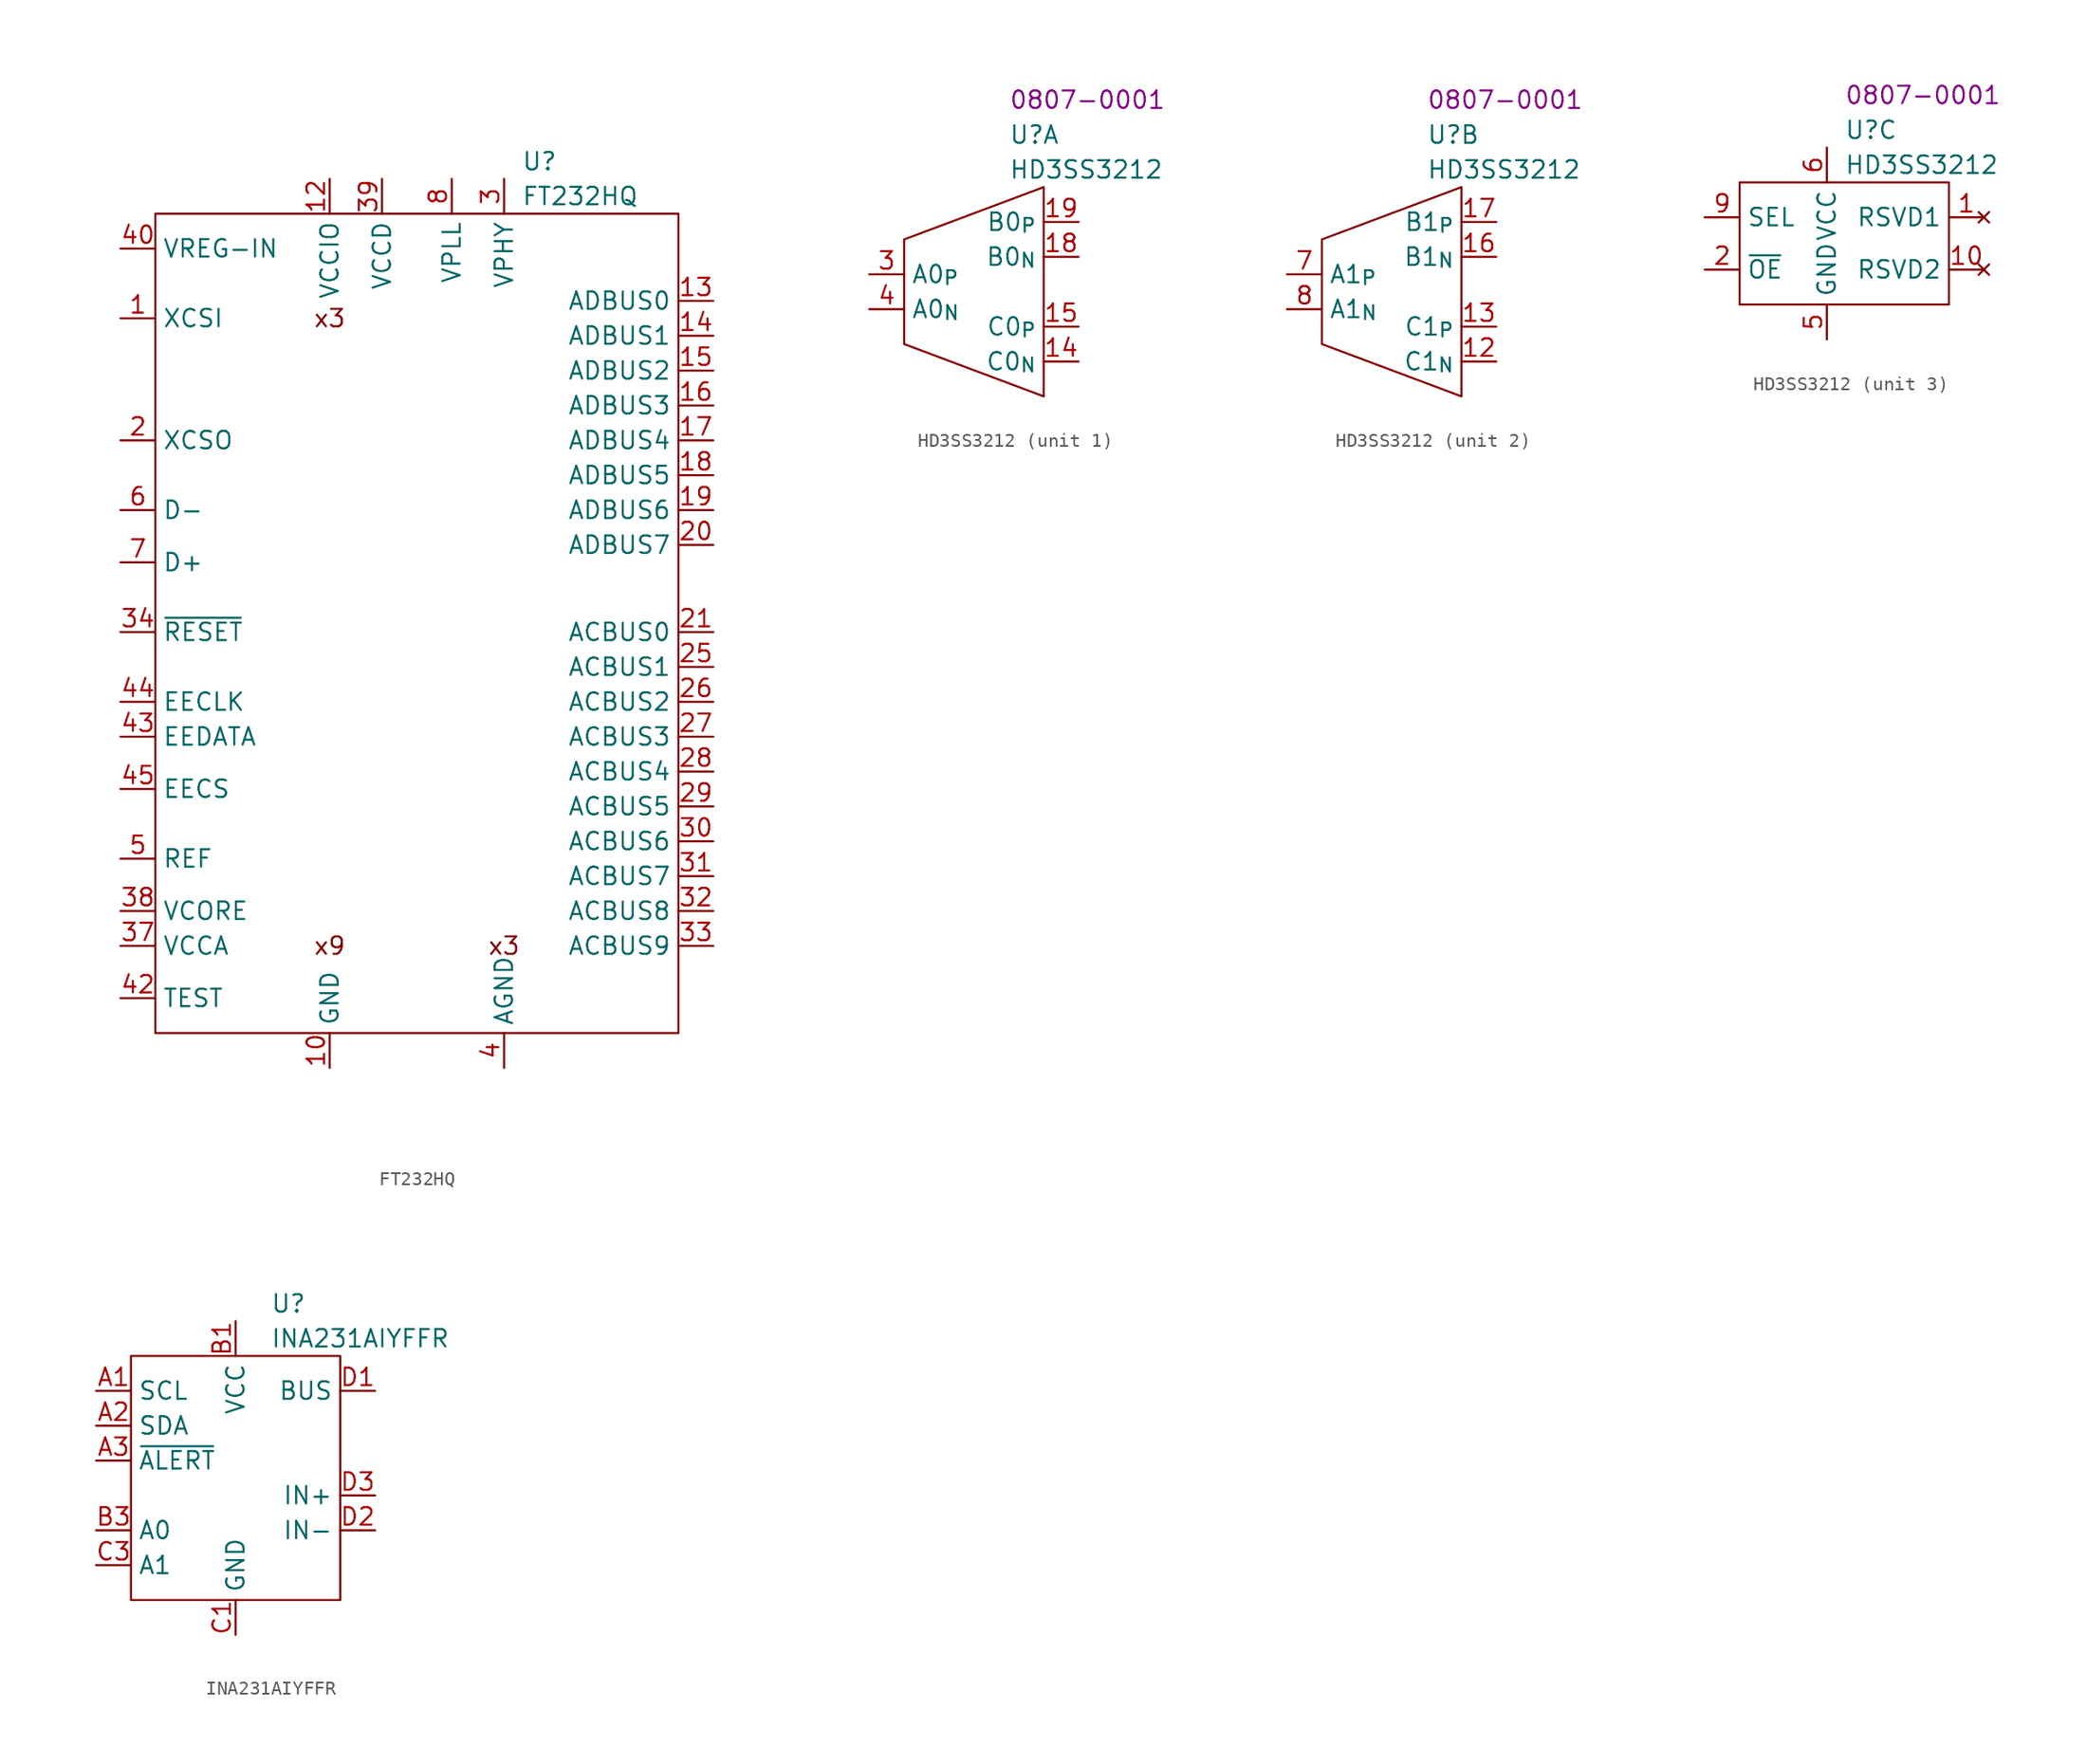
<source format=kicad_sym>
(kicad_symbol_lib
  (version 20220914)
  (generator kicad_symbol_editor)
  (symbol "FT232HQ"
    (property "Reference" "U"
      (at 26.67 3.81 0)
      (effects (font (size 1.27 1.27)) (justify left)))
    (property "Value" "FT232HQ"
      (at 26.67 1.27 0)
      (effects (font (size 1.27 1.27)) (justify left)))
    (symbol "FT232HQ_0_0"
      (pin input line (at -2.54 -7.62 0) (length 2.54) (name "XCSI" (effects (font (size 1.27 1.27)))) (number "1" (effects (font (size 1.27 1.27)))))
      (pin power_in line (at 12.7 -62.23 90) (length 2.54) (name "GND" (effects (font (size 1.27 1.27)))) (number "10" (effects (font (size 1.27 1.27)))))
      (pin power_in line (at 12.7 -62.23 90) (length 2.54) hide (name "GND" (effects (font (size 1.27 1.27)))) (number "11" (effects (font (size 1.27 1.27)))))
      (pin power_in line (at 12.7 2.54 270) (length 2.54) (name "VCCIO" (effects (font (size 1.27 1.27)))) (number "12" (effects (font (size 1.27 1.27)))))
      (pin bidirectional line (at 40.64 -6.35 180) (length 2.54) (name "ADBUS0" (effects (font (size 1.27 1.27)))) (number "13" (effects (font (size 1.27 1.27)))) (alternate "D0" bidirectional line) (alternate "FSDI" bidirectional line) (alternate "MIOSI0" bidirectional line) (alternate "TCK/SK" bidirectional line) (alternate "TXD" bidirectional line))
      (pin bidirectional line (at 40.64 -8.89 180) (length 2.54) (name "ADBUS1" (effects (font (size 1.27 1.27)))) (number "14" (effects (font (size 1.27 1.27)))) (alternate "D1" bidirectional line) (alternate "FSCLK" bidirectional line) (alternate "MIOSI1" bidirectional line) (alternate "RXD" bidirectional line) (alternate "TDI/DO" bidirectional line))
      (pin bidirectional line (at 40.64 -11.43 180) (length 2.54) (name "ADBUS2" (effects (font (size 1.27 1.27)))) (number "15" (effects (font (size 1.27 1.27)))) (alternate "D2" bidirectional line) (alternate "FSDO" bidirectional line) (alternate "MIOSI2" bidirectional line) (alternate "TDO/DI" bidirectional line) (alternate "~{RTS}" bidirectional line))
      (pin bidirectional line (at 40.64 -13.97 180) (length 2.54) (name "ADBUS3" (effects (font (size 1.27 1.27)))) (number "16" (effects (font (size 1.27 1.27)))) (alternate "D3" bidirectional line) (alternate "FSCTS" bidirectional line) (alternate "MIOSI3" bidirectional line) (alternate "TMS/CS" bidirectional line) (alternate "~{CTS}" bidirectional line))
      (pin bidirectional line (at 40.64 -16.51 180) (length 2.54) (name "ADBUS4" (effects (font (size 1.27 1.27)))) (number "17" (effects (font (size 1.27 1.27)))) (alternate "D4" bidirectional line) (alternate "GPIOL0" bidirectional line) (alternate "MIOSI4" bidirectional line) (alternate "~{DTR}" bidirectional line))
      (pin bidirectional line (at 40.64 -19.05 180) (length 2.54) (name "ADBUS5" (effects (font (size 1.27 1.27)))) (number "18" (effects (font (size 1.27 1.27)))) (alternate "D5" bidirectional line) (alternate "GPIOL1" bidirectional line) (alternate "MIOSI5" bidirectional line) (alternate "~{DSR}" bidirectional line))
      (pin bidirectional line (at 40.64 -21.59 180) (length 2.54) (name "ADBUS6" (effects (font (size 1.27 1.27)))) (number "19" (effects (font (size 1.27 1.27)))) (alternate "D6" bidirectional line) (alternate "GPIOL2" bidirectional line) (alternate "MIOSI6" bidirectional line) (alternate "~{DCD}" bidirectional line))
      (pin output line (at -2.54 -16.51 0) (length 2.54) (name "XCSO" (effects (font (size 1.27 1.27)))) (number "2" (effects (font (size 1.27 1.27)))))
      (pin bidirectional line (at 40.64 -24.13 180) (length 2.54) (name "ADBUS7" (effects (font (size 1.27 1.27)))) (number "20" (effects (font (size 1.27 1.27)))) (alternate "D7" bidirectional line) (alternate "GPIOL3" bidirectional line) (alternate "MIOSI7" bidirectional line) (alternate "~[RI}" bidirectional line))
      (pin bidirectional line (at 40.64 -30.48 180) (length 2.54) (name "ACBUS0" (effects (font (size 1.27 1.27)))) (number "21" (effects (font (size 1.27 1.27)))) (alternate "GPIOH0" bidirectional line) (alternate "SCLK" bidirectional line) (alternate "TXDEN" bidirectional line) (alternate "~{CS}" bidirectional line) (alternate "~{RXF}" bidirectional line))
      (pin power_in line (at 12.7 -62.23 90) (length 2.54) hide (name "GND" (effects (font (size 1.27 1.27)))) (number "22" (effects (font (size 1.27 1.27)))))
      (pin power_in line (at 12.7 -62.23 90) (length 2.54) hide (name "GND" (effects (font (size 1.27 1.27)))) (number "23" (effects (font (size 1.27 1.27)))))
      (pin power_in line (at 12.7 2.54 270) (length 2.54) hide (name "VCCIO" (effects (font (size 1.27 1.27)))) (number "24" (effects (font (size 1.27 1.27)))))
      (pin bidirectional line (at 40.64 -33.02 180) (length 2.54) (name "ACBUS1" (effects (font (size 1.27 1.27)))) (number "25" (effects (font (size 1.27 1.27)))) (alternate "A0" bidirectional line) (alternate "GPIOH1" bidirectional line) (alternate "~{SS}" bidirectional line) (alternate "~{TXE}" bidirectional line) (alternate "~{WRSTB}" bidirectional line))
      (pin bidirectional line (at 40.64 -35.56 180) (length 2.54) (name "ACBUS2" (effects (font (size 1.27 1.27)))) (number "26" (effects (font (size 1.27 1.27)))) (alternate "GPIOH2" bidirectional line) (alternate "MISO" bidirectional line) (alternate "~{RDSTB}" bidirectional line) (alternate "~{RD}" bidirectional line))
      (pin bidirectional line (at 40.64 -38.1 180) (length 2.54) (name "ACBUS3" (effects (font (size 1.27 1.27)))) (number "27" (effects (font (size 1.27 1.27)))) (alternate "GPIOH3" bidirectional line) (alternate "~{RXLED}" bidirectional line) (alternate "~{WR}" bidirectional line))
      (pin bidirectional line (at 40.64 -40.64 180) (length 2.54) (name "ACBUS4" (effects (font (size 1.27 1.27)))) (number "28" (effects (font (size 1.27 1.27)))) (alternate "GPIOH4" bidirectional line) (alternate "~{SIWU}" bidirectional line) (alternate "~{TXLED}" bidirectional line))
      (pin bidirectional line (at 40.64 -43.18 180) (length 2.54) (name "ACBUS5" (effects (font (size 1.27 1.27)))) (number "29" (effects (font (size 1.27 1.27)))) (alternate "CLKOUT" bidirectional line))
      (pin power_in line (at 25.4 2.54 270) (length 2.54) (name "VPHY" (effects (font (size 1.27 1.27)))) (number "3" (effects (font (size 1.27 1.27)))))
      (pin bidirectional line (at 40.64 -45.72 180) (length 2.54) (name "ACBUS6" (effects (font (size 1.27 1.27)))) (number "30" (effects (font (size 1.27 1.27)))) (alternate "GPIOH6" bidirectional line) (alternate "~{OE}" bidirectional line))
      (pin bidirectional line (at 40.64 -48.26 180) (length 2.54) (name "ACBUS7" (effects (font (size 1.27 1.27)))) (number "31" (effects (font (size 1.27 1.27)))) (alternate "GPIOH7" bidirectional line) (alternate "~{PWRSAV}" bidirectional line) (alternate "~{WRSAV}" bidirectional line))
      (pin bidirectional line (at 40.64 -50.8 180) (length 2.54) (name "ACBUS8" (effects (font (size 1.27 1.27)))) (number "32" (effects (font (size 1.27 1.27)))))
      (pin bidirectional line (at 40.64 -53.34 180) (length 2.54) (name "ACBUS9" (effects (font (size 1.27 1.27)))) (number "33" (effects (font (size 1.27 1.27)))))
      (pin input line (at -2.54 -30.48 0) (length 2.54) (name "~{RESET}" (effects (font (size 1.27 1.27)))) (number "34" (effects (font (size 1.27 1.27)))))
      (pin power_in line (at 12.7 -62.23 90) (length 2.54) hide (name "GND" (effects (font (size 1.27 1.27)))) (number "35" (effects (font (size 1.27 1.27)))))
      (pin power_in line (at 12.7 -62.23 90) (length 2.54) hide (name "GND" (effects (font (size 1.27 1.27)))) (number "36" (effects (font (size 1.27 1.27)))))
      (pin power_out line (at -2.54 -53.34 0) (length 2.54) (name "VCCA" (effects (font (size 1.27 1.27)))) (number "37" (effects (font (size 1.27 1.27)))))
      (pin power_out line (at -2.54 -50.8 0) (length 2.54) (name "VCORE" (effects (font (size 1.27 1.27)))) (number "38" (effects (font (size 1.27 1.27)))))
      (pin power_in line (at 16.51 2.54 270) (length 2.54) (name "VCCD" (effects (font (size 1.27 1.27)))) (number "39" (effects (font (size 1.27 1.27)))))
      (pin power_in line (at 25.4 -62.23 90) (length 2.54) (name "AGND" (effects (font (size 1.27 1.27)))) (number "4" (effects (font (size 1.27 1.27)))))
      (pin power_in line (at -2.54 -2.54 0) (length 2.54) (name "VREG-IN" (effects (font (size 1.27 1.27)))) (number "40" (effects (font (size 1.27 1.27)))))
      (pin power_in line (at 25.4 -62.23 90) (length 2.54) hide (name "AGND" (effects (font (size 1.27 1.27)))) (number "41" (effects (font (size 1.27 1.27)))))
      (pin input line (at -2.54 -57.15 0) (length 2.54) (name "TEST" (effects (font (size 1.27 1.27)))) (number "42" (effects (font (size 1.27 1.27)))))
      (pin bidirectional line (at -2.54 -38.1 0) (length 2.54) (name "EEDATA" (effects (font (size 1.27 1.27)))) (number "43" (effects (font (size 1.27 1.27)))))
      (pin output line (at -2.54 -35.56 0) (length 2.54) (name "EECLK" (effects (font (size 1.27 1.27)))) (number "44" (effects (font (size 1.27 1.27)))))
      (pin bidirectional line (at -2.54 -41.91 0) (length 2.54) (name "EECS" (effects (font (size 1.27 1.27)))) (number "45" (effects (font (size 1.27 1.27)))))
      (pin power_in line (at 12.7 2.54 270) (length 2.54) hide (name "VCCIO" (effects (font (size 1.27 1.27)))) (number "46" (effects (font (size 1.27 1.27)))))
      (pin power_in line (at 12.7 -62.23 90) (length 2.54) hide (name "GND" (effects (font (size 1.27 1.27)))) (number "47" (effects (font (size 1.27 1.27)))))
      (pin power_in line (at 12.7 -62.23 90) (length 2.54) hide (name "GND" (effects (font (size 1.27 1.27)))) (number "48" (effects (font (size 1.27 1.27)))))
      (pin power_in line (at 12.7 -62.23 90) (length 2.54) hide (name "GND" (effects (font (size 1.27 1.27)))) (number "49" (effects (font (size 1.27 1.27)))))
      (pin input line (at -2.54 -46.99 0) (length 2.54) (name "REF" (effects (font (size 1.27 1.27)))) (number "5" (effects (font (size 1.27 1.27)))))
      (pin bidirectional line (at -2.54 -21.59 0) (length 2.54) (name "D-" (effects (font (size 1.27 1.27)))) (number "6" (effects (font (size 1.27 1.27)))))
      (pin bidirectional line (at -2.54 -25.4 0) (length 2.54) (name "D+" (effects (font (size 1.27 1.27)))) (number "7" (effects (font (size 1.27 1.27)))))
      (pin power_in line (at 21.59 2.54 270) (length 2.54) (name "VPLL" (effects (font (size 1.27 1.27)))) (number "8" (effects (font (size 1.27 1.27)))))
      (pin power_in line (at 25.4 -62.23 90) (length 2.54) hide (name "AGND" (effects (font (size 1.27 1.27)))) (number "9" (effects (font (size 1.27 1.27))))))
    (symbol "FT232HQ_0_1"
      (rectangle (start 0 0) (end 38.1 -59.69) (stroke (width 0) (type default)) (fill (type none)))
      (text "x3" (at 12.7 -7.62 0) (effects (font (size 1.27 1.27))))
      (text "x3" (at 25.4 -53.34 0) (effects (font (size 1.27 1.27))))
      (text "x9" (at 12.7 -53.34 0) (effects (font (size 1.27 1.27))))))
  (symbol "HD3SS3212"
    (property "Reference" "U"
      (at 7.62 3.81 0)
      (effects (font (size 1.27 1.27)) (justify left)))
    (property "Value" "HD3SS3212"
      (at 7.62 1.27 0)
      (effects (font (size 1.27 1.27)) (justify left)))
    (property "PartNumber" "0807-0001"
      (at 7.62 6.35 0)
      (effects (font (size 1.27 1.27)) (justify left)))
    (symbol "HD3SS3212_1_0"
      (pin bidirectional line (at 12.7 -12.7 180) (length 2.54) (name "C0_{N}" (effects (font (size 1.27 1.27)))) (number "14" (effects (font (size 1.27 1.27)))))
      (pin bidirectional line (at 12.7 -10.16 180) (length 2.54) (name "C0_{P}" (effects (font (size 1.27 1.27)))) (number "15" (effects (font (size 1.27 1.27)))))
      (pin bidirectional line (at 12.7 -5.08 180) (length 2.54) (name "B0_{N}" (effects (font (size 1.27 1.27)))) (number "18" (effects (font (size 1.27 1.27)))))
      (pin bidirectional line (at 12.7 -2.54 180) (length 2.54) (name "B0_{P}" (effects (font (size 1.27 1.27)))) (number "19" (effects (font (size 1.27 1.27)))))
      (pin bidirectional line (at -2.54 -6.35 0) (length 2.54) (name "A0_{P}" (effects (font (size 1.27 1.27)))) (number "3" (effects (font (size 1.27 1.27)))))
      (pin bidirectional line (at -2.54 -8.89 0) (length 2.54) (name "A0_{N}" (effects (font (size 1.27 1.27)))) (number "4" (effects (font (size 1.27 1.27))))))
    (symbol "HD3SS3212_1_1"
      (polyline (pts (xy 10.16 0) (xy 10.16 -15.24) (xy 0 -11.43) (xy 0 -3.81) (xy 10.16 0)) (stroke (width 0) (type default)) (fill (type none))))
    (symbol "HD3SS3212_2_0"
      (pin bidirectional line (at 12.7 -12.7 180) (length 2.54) (name "C1_{N}" (effects (font (size 1.27 1.27)))) (number "12" (effects (font (size 1.27 1.27)))))
      (pin bidirectional line (at 12.7 -10.16 180) (length 2.54) (name "C1_{P}" (effects (font (size 1.27 1.27)))) (number "13" (effects (font (size 1.27 1.27)))))
      (pin bidirectional line (at 12.7 -5.08 180) (length 2.54) (name "B1_{N}" (effects (font (size 1.27 1.27)))) (number "16" (effects (font (size 1.27 1.27)))))
      (pin bidirectional line (at 12.7 -2.54 180) (length 2.54) (name "B1_{P}" (effects (font (size 1.27 1.27)))) (number "17" (effects (font (size 1.27 1.27)))))
      (pin bidirectional line (at -2.54 -6.35 0) (length 2.54) (name "A1_{P}" (effects (font (size 1.27 1.27)))) (number "7" (effects (font (size 1.27 1.27)))))
      (pin bidirectional line (at -2.54 -8.89 0) (length 2.54) (name "A1_{N}" (effects (font (size 1.27 1.27)))) (number "8" (effects (font (size 1.27 1.27))))))
    (symbol "HD3SS3212_2_1"
      (polyline (pts (xy 10.16 0) (xy 10.16 -15.24) (xy 0 -11.43) (xy 0 -3.81) (xy 10.16 0)) (stroke (width 0) (type default)) (fill (type none))))
    (symbol "HD3SS3212_3_0"
      (pin no_connect line (at 17.78 -2.54 180) (length 2.54) (name "RSVD1" (effects (font (size 1.27 1.27)))) (number "1" (effects (font (size 1.27 1.27)))))
      (pin no_connect line (at 17.78 -6.35 180) (length 2.54) (name "RSVD2" (effects (font (size 1.27 1.27)))) (number "10" (effects (font (size 1.27 1.27)))))
      (pin power_in line (at 6.35 -11.43 90) (length 2.54) hide (name "GND" (effects (font (size 1.27 1.27)))) (number "11" (effects (font (size 1.27 1.27)))))
      (pin input line (at -2.54 -6.35 0) (length 2.54) (name "~{OE}" (effects (font (size 1.27 1.27)))) (number "2" (effects (font (size 1.27 1.27)))))
      (pin power_in line (at 6.35 -11.43 90) (length 2.54) hide (name "GND" (effects (font (size 1.27 1.27)))) (number "20" (effects (font (size 1.27 1.27)))))
      (pin power_in line (at 6.35 -11.43 90) (length 2.54) hide (name "GND" (effects (font (size 1.27 1.27)))) (number "21" (effects (font (size 1.27 1.27)))))
      (pin power_in line (at 6.35 -11.43 90) (length 2.54) (name "GND" (effects (font (size 1.27 1.27)))) (number "5" (effects (font (size 1.27 1.27)))))
      (pin power_in line (at 6.35 2.54 270) (length 2.54) (name "VCC" (effects (font (size 1.27 1.27)))) (number "6" (effects (font (size 1.27 1.27)))))
      (pin input line (at -2.54 -2.54 0) (length 2.54) (name "SEL" (effects (font (size 1.27 1.27)))) (number "9" (effects (font (size 1.27 1.27))))))
    (symbol "HD3SS3212_3_1"
      (rectangle (start 0 0) (end 15.24 -8.89) (stroke (width 0) (type default)) (fill (type none)))))
  (symbol "INA231AIYFFR"
    (property "Reference" "U"
      (at 10.16 3.81 0)
      (effects (font (size 1.27 1.27)) (justify left)))
    (property "Value" "INA231AIYFFR"
      (at 10.16 1.27 0)
      (effects (font (size 1.27 1.27)) (justify left)))
    (symbol "INA231AIYFFR_0_0"
      (pin bidirectional line (at -2.54 -2.54 0) (length 2.54) (name "SCL" (effects (font (size 1.27 1.27)))) (number "A1" (effects (font (size 1.27 1.27)))))
      (pin bidirectional line (at -2.54 -5.08 0) (length 2.54) (name "SDA" (effects (font (size 1.27 1.27)))) (number "A2" (effects (font (size 1.27 1.27)))))
      (pin output line (at -2.54 -7.62 0) (length 2.54) (name "~{ALERT}" (effects (font (size 1.27 1.27)))) (number "A3" (effects (font (size 1.27 1.27)))))
      (pin input line (at 7.62 2.54 270) (length 2.54) (name "VCC" (effects (font (size 1.27 1.27)))) (number "B1" (effects (font (size 1.27 1.27)))))
      (pin no_connect line (at 0 1.27 0) (length 2.54) hide (name "NC" (effects (font (size 1.27 1.27)))) (number "B2" (effects (font (size 1.27 1.27)))))
      (pin input line (at -2.54 -12.7 0) (length 2.54) (name "A0" (effects (font (size 1.27 1.27)))) (number "B3" (effects (font (size 1.27 1.27)))))
      (pin power_in line (at 7.62 -20.32 90) (length 2.54) (name "GND" (effects (font (size 1.27 1.27)))) (number "C1" (effects (font (size 1.27 1.27)))))
      (pin no_connect line (at 0 1.27 0) (length 2.54) hide (name "NC" (effects (font (size 1.27 1.27)))) (number "C2" (effects (font (size 1.27 1.27)))))
      (pin input line (at -2.54 -15.24 0) (length 2.54) (name "A1" (effects (font (size 1.27 1.27)))) (number "C3" (effects (font (size 1.27 1.27)))))
      (pin input line (at 17.78 -2.54 180) (length 2.54) (name "BUS" (effects (font (size 1.27 1.27)))) (number "D1" (effects (font (size 1.27 1.27)))))
      (pin input line (at 17.78 -12.7 180) (length 2.54) (name "IN-" (effects (font (size 1.27 1.27)))) (number "D2" (effects (font (size 1.27 1.27)))))
      (pin input line (at 17.78 -10.16 180) (length 2.54) (name "IN+" (effects (font (size 1.27 1.27)))) (number "D3" (effects (font (size 1.27 1.27))))))
    (symbol "INA231AIYFFR_0_1"
      (rectangle (start 0 0) (end 15.24 -17.78) (stroke (width 0) (type default)) (fill (type none))))))
</source>
